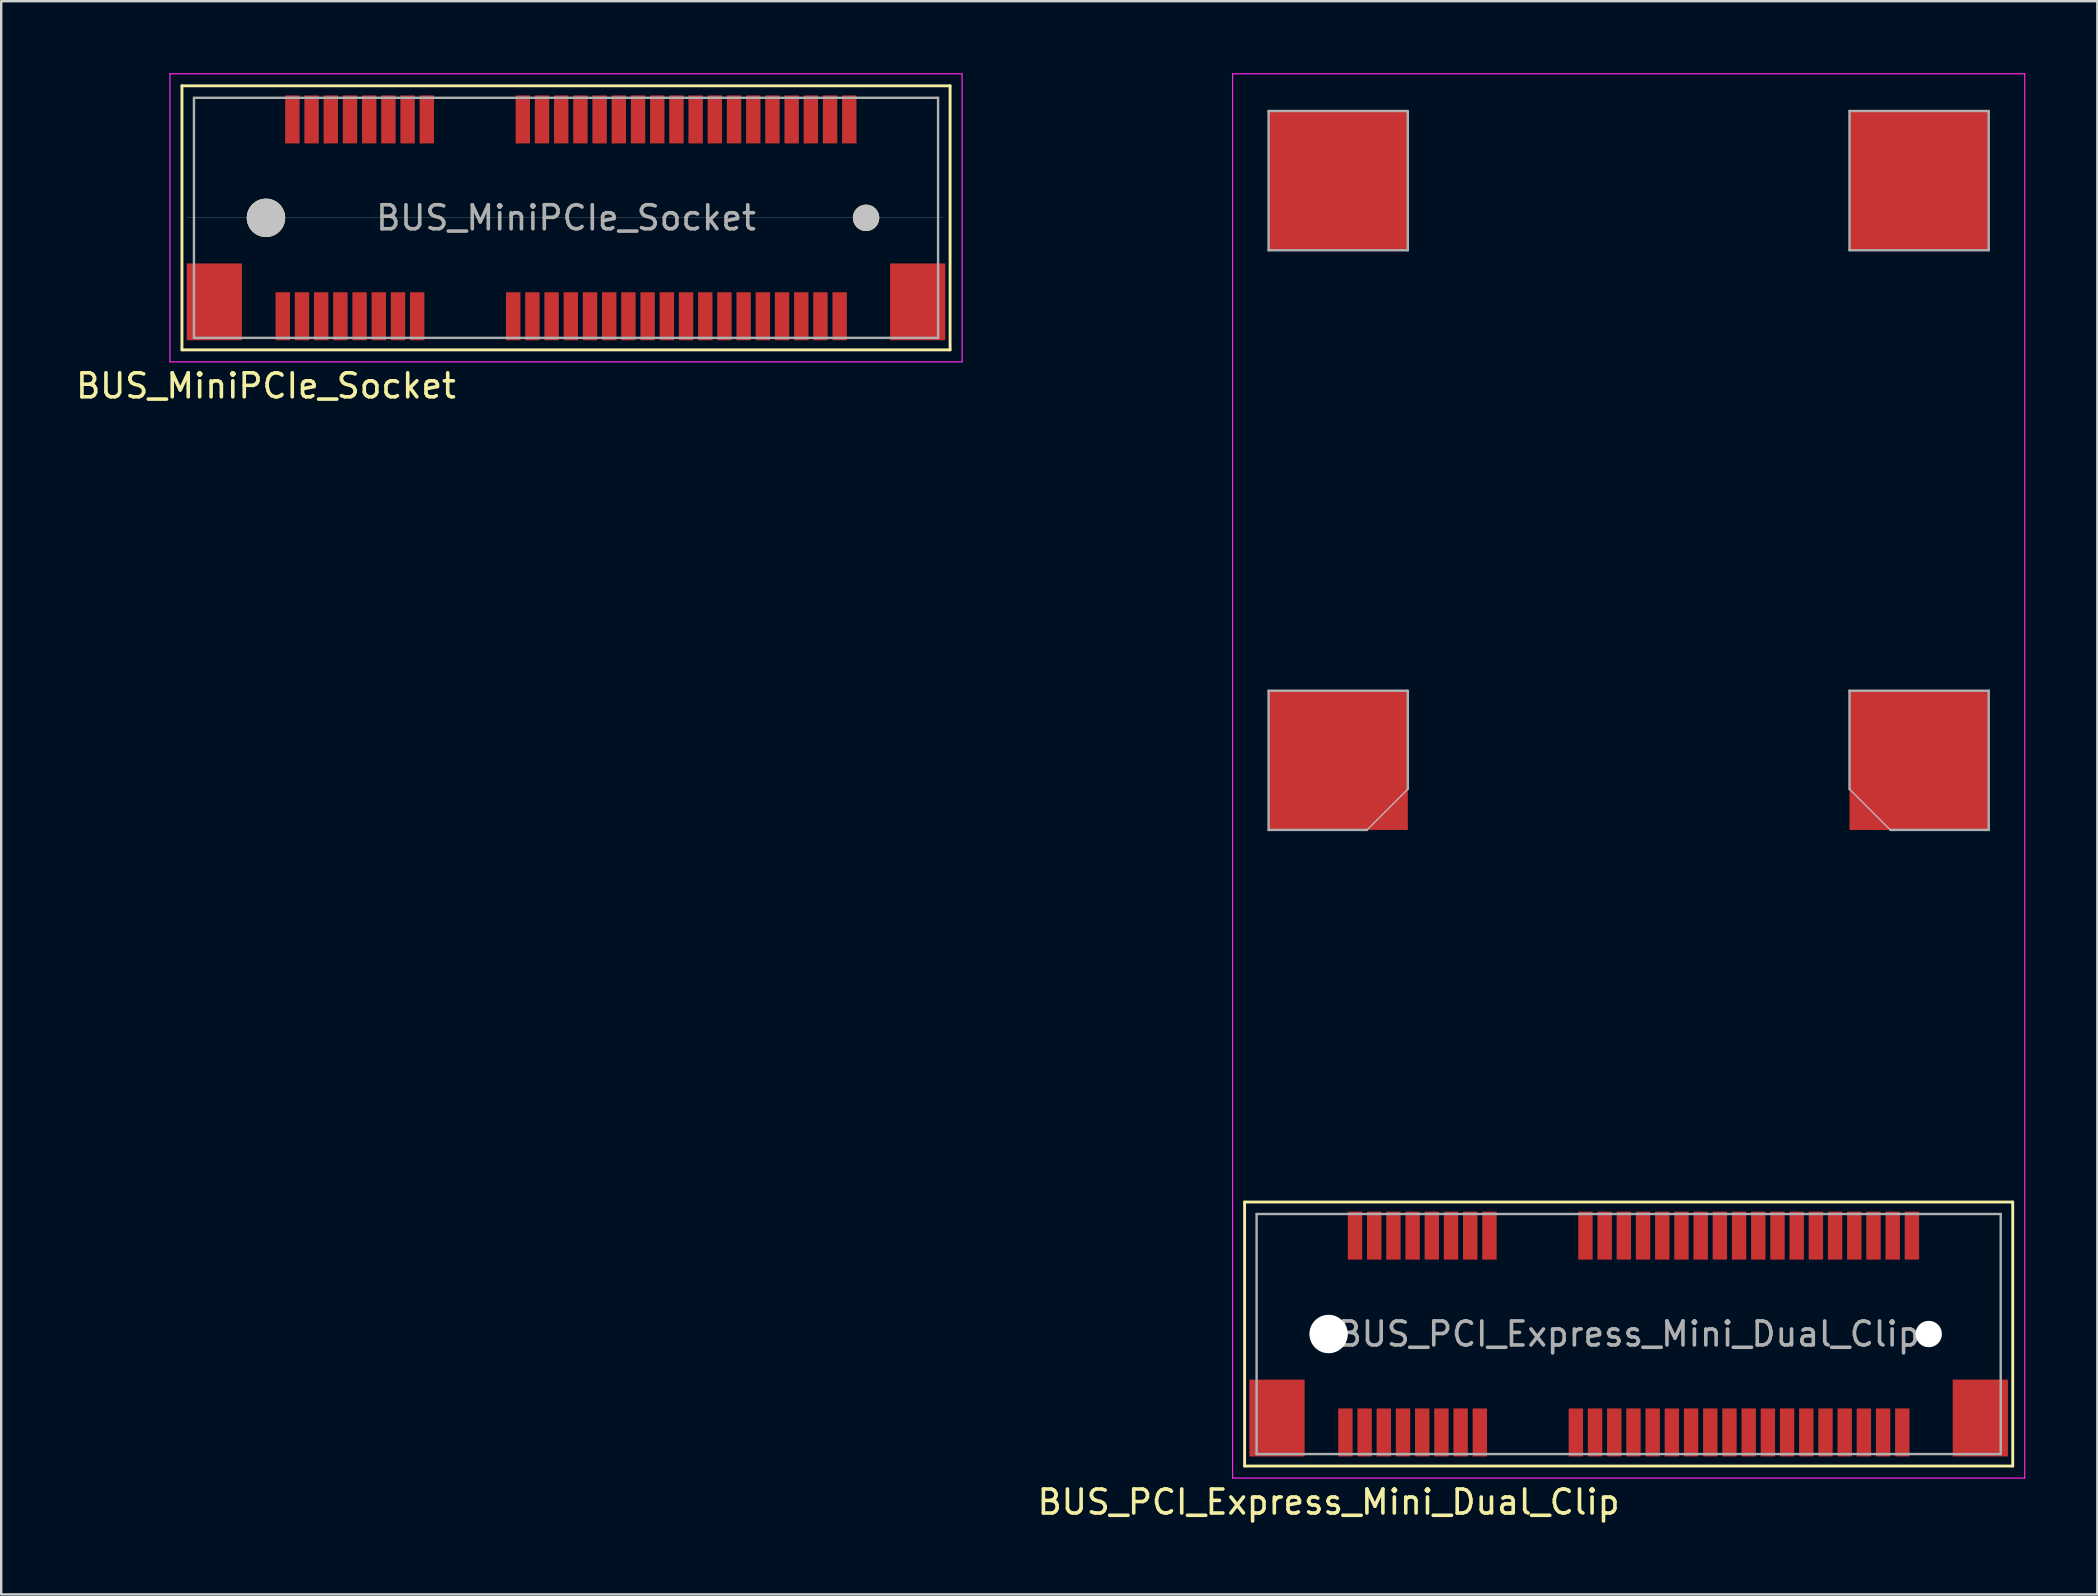
<source format=kicad_pcb>
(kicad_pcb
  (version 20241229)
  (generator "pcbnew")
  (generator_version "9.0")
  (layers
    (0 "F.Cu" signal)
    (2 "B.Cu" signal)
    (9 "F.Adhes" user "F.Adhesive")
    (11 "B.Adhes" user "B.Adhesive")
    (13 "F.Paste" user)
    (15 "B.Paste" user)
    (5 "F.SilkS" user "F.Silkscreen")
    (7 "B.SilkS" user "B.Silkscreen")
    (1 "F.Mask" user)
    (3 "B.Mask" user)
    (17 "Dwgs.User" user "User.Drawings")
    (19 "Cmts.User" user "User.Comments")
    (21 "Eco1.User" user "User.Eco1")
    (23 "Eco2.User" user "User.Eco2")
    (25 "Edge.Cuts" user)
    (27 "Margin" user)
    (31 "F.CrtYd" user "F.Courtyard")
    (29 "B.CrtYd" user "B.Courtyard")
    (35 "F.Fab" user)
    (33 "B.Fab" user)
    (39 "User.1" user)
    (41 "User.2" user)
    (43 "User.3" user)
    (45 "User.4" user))
  (footprint "BUS_PCI_Express_Mini_Dual_Clip"
    (layer "F.Cu")
    (at 64.799 52.525)
    (property "Reference" "BUS_PCI_Express_Mini_Dual_Clip" (at -12.5 7 180) (layer "F.SilkS") (effects (font (size 1 1) (thickness 0.15))))
    (attr smd)
    (fp_line (start -16 -5.5) (end -16 5.5) (stroke (width 0.12) (type solid)) (layer "F.SilkS"))
    (fp_line (start -16 5.5) (end 16 5.5) (stroke (width 0.12) (type solid)) (layer "F.SilkS"))
    (fp_line (start 16 -5.5) (end -16 -5.5) (stroke (width 0.12) (type solid)) (layer "F.SilkS"))
    (fp_line (start 16 5.5) (end 16 -5.5) (stroke (width 0.12) (type solid)) (layer "F.SilkS"))
    (fp_line (start -9.2 -22.7) (end -10.9 -21) (stroke (width 0.05) (type solid)) (layer "Dwgs.User"))
    (fp_line (start 9.2 -22.7) (end 10.9 -21) (stroke (width 0.05) (type solid)) (layer "Dwgs.User"))
    (fp_line (start -16.5 -52.5) (end 16.5 -52.5) (stroke (width 0.05) (type solid)) (layer "F.CrtYd"))
    (fp_line (start -16.5 6) (end -16.5 -52.5) (stroke (width 0.05) (type solid)) (layer "F.CrtYd"))
    (fp_line (start 16.5 -52.5) (end 16.5 6) (stroke (width 0.05) (type solid)) (layer "F.CrtYd"))
    (fp_line (start 16.5 6) (end -16.5 6) (stroke (width 0.05) (type solid)) (layer "F.CrtYd"))
    (fp_line (start -15.5 -5) (end -15.5 5) (stroke (width 0.1) (type solid)) (layer "F.Fab"))
    (fp_line (start -15.5 5) (end 15.5 5) (stroke (width 0.1) (type solid)) (layer "F.Fab"))
    (fp_line (start -15 -50.95) (end -15 -45.15) (stroke (width 0.1) (type solid)) (layer "F.Fab"))
    (fp_line (start -15 -50.95) (end -9.2 -50.95) (stroke (width 0.1) (type solid)) (layer "F.Fab"))
    (fp_line (start -15 -45.15) (end -9.2 -45.15) (stroke (width 0.1) (type solid)) (layer "F.Fab"))
    (fp_line (start -15 -26.8) (end -15 -21) (stroke (width 0.1) (type solid)) (layer "F.Fab"))
    (fp_line (start -15 -21) (end -10.9 -21) (stroke (width 0.1) (type solid)) (layer "F.Fab"))
    (fp_line (start -9.2 -50.95) (end -9.2 -45.15) (stroke (width 0.1) (type solid)) (layer "F.Fab"))
    (fp_line (start -9.2 -26.8) (end -15 -26.8) (stroke (width 0.1) (type solid)) (layer "F.Fab"))
    (fp_line (start -9.2 -22.7) (end -9.2 -26.8) (stroke (width 0.1) (type solid)) (layer "F.Fab"))
    (fp_line (start 9.2 -50.95) (end 9.2 -45.15) (stroke (width 0.1) (type solid)) (layer "F.Fab"))
    (fp_line (start 9.2 -50.95) (end 15 -50.95) (stroke (width 0.1) (type solid)) (layer "F.Fab"))
    (fp_line (start 9.2 -45.15) (end 15 -45.15) (stroke (width 0.1) (type solid)) (layer "F.Fab"))
    (fp_line (start 9.2 -26.8) (end 15 -26.8) (stroke (width 0.1) (type solid)) (layer "F.Fab"))
    (fp_line (start 9.2 -22.7) (end 9.2 -26.8) (stroke (width 0.1) (type solid)) (layer "F.Fab"))
    (fp_line (start 15 -50.95) (end 15 -45.15) (stroke (width 0.1) (type solid)) (layer "F.Fab"))
    (fp_line (start 15 -26.8) (end 15 -21) (stroke (width 0.1) (type solid)) (layer "F.Fab"))
    (fp_line (start 15 -21) (end 10.9 -21) (stroke (width 0.1) (type solid)) (layer "F.Fab"))
    (fp_line (start 15.5 -5) (end -15.5 -5) (stroke (width 0.1) (type solid)) (layer "F.Fab"))
    (fp_line (start 15.5 5) (end 15.5 -5) (stroke (width 0.1) (type solid)) (layer "F.Fab"))
    (fp_text user "${REFERENCE}" (at 0 0 0) (layer "F.Fab") (effects (font (size 1 1) (thickness 0.15))))
    (pad "" smd rect (at -14.65 3.5) (size 2.3 3.2) (layers "F.Cu" "F.Mask" "F.Paste"))
    (pad "" np_thru_hole circle (at -12.5 0) (size 1.6 1.6) (drill 1.6) (layers "*.Cu" "*.Mask"))
    (pad "" connect rect (at -12.1 -48.05) (size 5.8 5.8) (layers "F.Cu"))
    (pad "" connect rect (at -12.1 -23.9) (size 5.8 5.8) (layers "F.Cu"))
    (pad "" connect rect (at 12.1 -48.05) (size 5.8 5.8) (layers "F.Cu"))
    (pad "" connect rect (at 12.1 -23.9) (size 5.8 5.8) (layers "F.Cu"))
    (pad "" np_thru_hole circle (at 12.5 0) (size 1.1 1.1) (drill 1.1) (layers "*.Cu" "*.Mask"))
    (pad "" smd rect (at 14.65 3.5) (size 2.3 3.2) (layers "F.Cu" "F.Mask" "F.Paste"))
    (pad "1" smd rect (at -11.8 4.1) (size 0.6 2) (layers "F.Cu" "F.Mask" "F.Paste"))
    (pad "2" smd rect (at -11.4 -4.1) (size 0.6 2) (layers "F.Cu" "F.Mask" "F.Paste"))
    (pad "3" smd rect (at -11 4.1) (size 0.6 2) (layers "F.Cu" "F.Mask" "F.Paste"))
    (pad "4" smd rect (at -10.6 -4.1) (size 0.6 2) (layers "F.Cu" "F.Mask" "F.Paste"))
    (pad "5" smd rect (at -10.2 4.1) (size 0.6 2) (layers "F.Cu" "F.Mask" "F.Paste"))
    (pad "6" smd rect (at -9.8 -4.1) (size 0.6 2) (layers "F.Cu" "F.Mask" "F.Paste"))
    (pad "7" smd rect (at -9.4 4.1) (size 0.6 2) (layers "F.Cu" "F.Mask" "F.Paste"))
    (pad "8" smd rect (at -9 -4.1) (size 0.6 2) (layers "F.Cu" "F.Mask" "F.Paste"))
    (pad "9" smd rect (at -8.6 4.1) (size 0.6 2) (layers "F.Cu" "F.Mask" "F.Paste"))
    (pad "10" smd rect (at -8.2 -4.1) (size 0.6 2) (layers "F.Cu" "F.Mask" "F.Paste"))
    (pad "11" smd rect (at -7.8 4.1) (size 0.6 2) (layers "F.Cu" "F.Mask" "F.Paste"))
    (pad "12" smd rect (at -7.4 -4.1) (size 0.6 2) (layers "F.Cu" "F.Mask" "F.Paste"))
    (pad "13" smd rect (at -7 4.1) (size 0.6 2) (layers "F.Cu" "F.Mask" "F.Paste"))
    (pad "14" smd rect (at -6.6 -4.1) (size 0.6 2) (layers "F.Cu" "F.Mask" "F.Paste"))
    (pad "15" smd rect (at -6.2 4.1) (size 0.6 2) (layers "F.Cu" "F.Mask" "F.Paste"))
    (pad "16" smd rect (at -5.8 -4.1) (size 0.6 2) (layers "F.Cu" "F.Mask" "F.Paste"))
    (pad "17" smd rect (at -2.2 4.1) (size 0.6 2) (layers "F.Cu" "F.Mask" "F.Paste"))
    (pad "18" smd rect (at -1.8 -4.1) (size 0.6 2) (layers "F.Cu" "F.Mask" "F.Paste"))
    (pad "19" smd rect (at -1.4 4.1) (size 0.6 2) (layers "F.Cu" "F.Mask" "F.Paste"))
    (pad "20" smd rect (at -1 -4.1) (size 0.6 2) (layers "F.Cu" "F.Mask" "F.Paste"))
    (pad "21" smd rect (at -0.6 4.1) (size 0.6 2) (layers "F.Cu" "F.Mask" "F.Paste"))
    (pad "22" smd rect (at -0.2 -4.1) (size 0.6 2) (layers "F.Cu" "F.Mask" "F.Paste"))
    (pad "23" smd rect (at 0.2 4.1) (size 0.6 2) (layers "F.Cu" "F.Mask" "F.Paste"))
    (pad "24" smd rect (at 0.6 -4.1) (size 0.6 2) (layers "F.Cu" "F.Mask" "F.Paste"))
    (pad "25" smd rect (at 1 4.1) (size 0.6 2) (layers "F.Cu" "F.Mask" "F.Paste"))
    (pad "26" smd rect (at 1.4 -4.1) (size 0.6 2) (layers "F.Cu" "F.Mask" "F.Paste"))
    (pad "27" smd rect (at 1.8 4.1) (size 0.6 2) (layers "F.Cu" "F.Mask" "F.Paste"))
    (pad "28" smd rect (at 2.2 -4.1) (size 0.6 2) (layers "F.Cu" "F.Mask" "F.Paste"))
    (pad "29" smd rect (at 2.6 4.1) (size 0.6 2) (layers "F.Cu" "F.Mask" "F.Paste"))
    (pad "30" smd rect (at 3 -4.1) (size 0.6 2) (layers "F.Cu" "F.Mask" "F.Paste"))
    (pad "31" smd rect (at 3.4 4.1) (size 0.6 2) (layers "F.Cu" "F.Mask" "F.Paste"))
    (pad "32" smd rect (at 3.8 -4.1) (size 0.6 2) (layers "F.Cu" "F.Mask" "F.Paste"))
    (pad "33" smd rect (at 4.2 4.1) (size 0.6 2) (layers "F.Cu" "F.Mask" "F.Paste"))
    (pad "34" smd rect (at 4.6 -4.1) (size 0.6 2) (layers "F.Cu" "F.Mask" "F.Paste"))
    (pad "35" smd rect (at 5 4.1) (size 0.6 2) (layers "F.Cu" "F.Mask" "F.Paste"))
    (pad "36" smd rect (at 5.4 -4.1) (size 0.6 2) (layers "F.Cu" "F.Mask" "F.Paste"))
    (pad "37" smd rect (at 5.8 4.1) (size 0.6 2) (layers "F.Cu" "F.Mask" "F.Paste"))
    (pad "38" smd rect (at 6.2 -4.1) (size 0.6 2) (layers "F.Cu" "F.Mask" "F.Paste"))
    (pad "39" smd rect (at 6.6 4.1) (size 0.6 2) (layers "F.Cu" "F.Mask" "F.Paste"))
    (pad "40" smd rect (at 7 -4.1) (size 0.6 2) (layers "F.Cu" "F.Mask" "F.Paste"))
    (pad "41" smd rect (at 7.4 4.1) (size 0.6 2) (layers "F.Cu" "F.Mask" "F.Paste"))
    (pad "42" smd rect (at 7.8 -4.1) (size 0.6 2) (layers "F.Cu" "F.Mask" "F.Paste"))
    (pad "43" smd rect (at 8.2 4.1) (size 0.6 2) (layers "F.Cu" "F.Mask" "F.Paste"))
    (pad "44" smd rect (at 8.6 -4.1) (size 0.6 2) (layers "F.Cu" "F.Mask" "F.Paste"))
    (pad "45" smd rect (at 9 4.1) (size 0.6 2) (layers "F.Cu" "F.Mask" "F.Paste"))
    (pad "46" smd rect (at 9.4 -4.1) (size 0.6 2) (layers "F.Cu" "F.Mask" "F.Paste"))
    (pad "47" smd rect (at 9.8 4.1) (size 0.6 2) (layers "F.Cu" "F.Mask" "F.Paste"))
    (pad "48" smd rect (at 10.2 -4.1) (size 0.6 2) (layers "F.Cu" "F.Mask" "F.Paste"))
    (pad "49" smd rect (at 10.6 4.1) (size 0.6 2) (layers "F.Cu" "F.Mask" "F.Paste"))
    (pad "50" smd rect (at 11 -4.1) (size 0.6 2) (layers "F.Cu" "F.Mask" "F.Paste"))
    (pad "51" smd rect (at 11.4 4.1) (size 0.6 2) (layers "F.Cu" "F.Mask" "F.Paste"))
    (pad "52" smd rect (at 11.8 -4.1) (size 0.6 2) (layers "F.Cu" "F.Mask" "F.Paste")))
  (footprint "BUS_MiniPCIe_Socket"
    (layer "F.Cu")
    (at 20.53 6.025)
    (property "Reference" "BUS_MiniPCIe_Socket" (at -12.5 7 180) (layer "F.SilkS") (effects (font (size 1 1) (thickness 0.15))))
    (attr smd)
    (fp_line (start -16 -5.5) (end -16 5.5) (stroke (width 0.12) (type solid)) (layer "F.SilkS"))
    (fp_line (start -16 5.5) (end 16 5.5) (stroke (width 0.12) (type solid)) (layer "F.SilkS"))
    (fp_line (start 16 -5.5) (end -16 -5.5) (stroke (width 0.12) (type solid)) (layer "F.SilkS"))
    (fp_line (start 16 5.5) (end 16 -5.5) (stroke (width 0.12) (type solid)) (layer "F.SilkS"))
    (fp_line (start -15.8 0) (end 15.725 0) (stroke (width 0.01) (type solid)) (layer "Dwgs.User"))
    (fp_line (start -16.5 -6) (end 16.5 -6) (stroke (width 0.05) (type solid)) (layer "F.CrtYd"))
    (fp_line (start -16.5 6) (end -16.5 -6) (stroke (width 0.05) (type solid)) (layer "F.CrtYd"))
    (fp_line (start 16.5 -6) (end 16.5 6) (stroke (width 0.05) (type solid)) (layer "F.CrtYd"))
    (fp_line (start 16.5 6) (end -16.5 6) (stroke (width 0.05) (type solid)) (layer "F.CrtYd"))
    (fp_line (start -15.5 -5) (end -15.5 5) (stroke (width 0.1) (type solid)) (layer "F.Fab"))
    (fp_line (start -15.5 5) (end 15.5 5) (stroke (width 0.1) (type solid)) (layer "F.Fab"))
    (fp_line (start 15.5 -5) (end -15.5 -5) (stroke (width 0.1) (type solid)) (layer "F.Fab"))
    (fp_line (start 15.5 5) (end 15.5 -5) (stroke (width 0.1) (type solid)) (layer "F.Fab"))
    (fp_text user "${REFERENCE}" (at 0 0 0) (layer "F.Fab") (effects (font (size 1 1) (thickness 0.15))))
    (pad "" smd rect (at -14.65 3.5) (size 2.3 3.2) (layers "F.Cu" "F.Mask" "F.Paste"))
    (pad "" connect circle (at -12.5 0) (size 1.6 1.6) (layers "F.SilkS" "Dwgs.User"))
    (pad "" connect circle (at 12.5 0) (size 1.1 1.1) (layers "F.SilkS" "Dwgs.User"))
    (pad "" smd rect (at 14.65 3.5) (size 2.3 3.2) (layers "F.Cu" "F.Mask" "F.Paste"))
    (pad "1" smd rect (at -11.8 4.1) (size 0.6 2) (layers "F.Cu" "F.Mask" "F.Paste"))
    (pad "2" smd rect (at -11.4 -4.1) (size 0.6 2) (layers "F.Cu" "F.Mask" "F.Paste"))
    (pad "3" smd rect (at -11 4.1) (size 0.6 2) (layers "F.Cu" "F.Mask" "F.Paste"))
    (pad "4" smd rect (at -10.6 -4.1) (size 0.6 2) (layers "F.Cu" "F.Mask" "F.Paste"))
    (pad "5" smd rect (at -10.2 4.1) (size 0.6 2) (layers "F.Cu" "F.Mask" "F.Paste"))
    (pad "6" smd rect (at -9.8 -4.1) (size 0.6 2) (layers "F.Cu" "F.Mask" "F.Paste"))
    (pad "7" smd rect (at -9.4 4.1) (size 0.6 2) (layers "F.Cu" "F.Mask" "F.Paste"))
    (pad "8" smd rect (at -9 -4.1) (size 0.6 2) (layers "F.Cu" "F.Mask" "F.Paste"))
    (pad "9" smd rect (at -8.6 4.1) (size 0.6 2) (layers "F.Cu" "F.Mask" "F.Paste"))
    (pad "10" smd rect (at -8.2 -4.1) (size 0.6 2) (layers "F.Cu" "F.Mask" "F.Paste"))
    (pad "11" smd rect (at -7.8 4.1) (size 0.6 2) (layers "F.Cu" "F.Mask" "F.Paste"))
    (pad "12" smd rect (at -7.4 -4.1) (size 0.6 2) (layers "F.Cu" "F.Mask" "F.Paste"))
    (pad "13" smd rect (at -7 4.1) (size 0.6 2) (layers "F.Cu" "F.Mask" "F.Paste"))
    (pad "14" smd rect (at -6.6 -4.1) (size 0.6 2) (layers "F.Cu" "F.Mask" "F.Paste"))
    (pad "15" smd rect (at -6.2 4.1) (size 0.6 2) (layers "F.Cu" "F.Mask" "F.Paste"))
    (pad "16" smd rect (at -5.8 -4.1) (size 0.6 2) (layers "F.Cu" "F.Mask" "F.Paste"))
    (pad "17" smd rect (at -2.2 4.1) (size 0.6 2) (layers "F.Cu" "F.Mask" "F.Paste"))
    (pad "18" smd rect (at -1.8 -4.1) (size 0.6 2) (layers "F.Cu" "F.Mask" "F.Paste"))
    (pad "19" smd rect (at -1.4 4.1) (size 0.6 2) (layers "F.Cu" "F.Mask" "F.Paste"))
    (pad "20" smd rect (at -1 -4.1) (size 0.6 2) (layers "F.Cu" "F.Mask" "F.Paste"))
    (pad "21" smd rect (at -0.6 4.1) (size 0.6 2) (layers "F.Cu" "F.Mask" "F.Paste"))
    (pad "22" smd rect (at -0.2 -4.1) (size 0.6 2) (layers "F.Cu" "F.Mask" "F.Paste"))
    (pad "23" smd rect (at 0.2 4.1) (size 0.6 2) (layers "F.Cu" "F.Mask" "F.Paste"))
    (pad "24" smd rect (at 0.6 -4.1) (size 0.6 2) (layers "F.Cu" "F.Mask" "F.Paste"))
    (pad "25" smd rect (at 1 4.1) (size 0.6 2) (layers "F.Cu" "F.Mask" "F.Paste"))
    (pad "26" smd rect (at 1.4 -4.1) (size 0.6 2) (layers "F.Cu" "F.Mask" "F.Paste"))
    (pad "27" smd rect (at 1.8 4.1) (size 0.6 2) (layers "F.Cu" "F.Mask" "F.Paste"))
    (pad "28" smd rect (at 2.2 -4.1) (size 0.6 2) (layers "F.Cu" "F.Mask" "F.Paste"))
    (pad "29" smd rect (at 2.6 4.1) (size 0.6 2) (layers "F.Cu" "F.Mask" "F.Paste"))
    (pad "30" smd rect (at 3 -4.1) (size 0.6 2) (layers "F.Cu" "F.Mask" "F.Paste"))
    (pad "31" smd rect (at 3.4 4.1) (size 0.6 2) (layers "F.Cu" "F.Mask" "F.Paste"))
    (pad "32" smd rect (at 3.8 -4.1) (size 0.6 2) (layers "F.Cu" "F.Mask" "F.Paste"))
    (pad "33" smd rect (at 4.2 4.1) (size 0.6 2) (layers "F.Cu" "F.Mask" "F.Paste"))
    (pad "34" smd rect (at 4.6 -4.1) (size 0.6 2) (layers "F.Cu" "F.Mask" "F.Paste"))
    (pad "35" smd rect (at 5 4.1) (size 0.6 2) (layers "F.Cu" "F.Mask" "F.Paste"))
    (pad "36" smd rect (at 5.4 -4.1) (size 0.6 2) (layers "F.Cu" "F.Mask" "F.Paste"))
    (pad "37" smd rect (at 5.8 4.1) (size 0.6 2) (layers "F.Cu" "F.Mask" "F.Paste"))
    (pad "38" smd rect (at 6.2 -4.1) (size 0.6 2) (layers "F.Cu" "F.Mask" "F.Paste"))
    (pad "39" smd rect (at 6.6 4.1) (size 0.6 2) (layers "F.Cu" "F.Mask" "F.Paste"))
    (pad "40" smd rect (at 7 -4.1) (size 0.6 2) (layers "F.Cu" "F.Mask" "F.Paste"))
    (pad "41" smd rect (at 7.4 4.1) (size 0.6 2) (layers "F.Cu" "F.Mask" "F.Paste"))
    (pad "42" smd rect (at 7.8 -4.1) (size 0.6 2) (layers "F.Cu" "F.Mask" "F.Paste"))
    (pad "43" smd rect (at 8.2 4.1) (size 0.6 2) (layers "F.Cu" "F.Mask" "F.Paste"))
    (pad "44" smd rect (at 8.6 -4.1) (size 0.6 2) (layers "F.Cu" "F.Mask" "F.Paste"))
    (pad "45" smd rect (at 9 4.1) (size 0.6 2) (layers "F.Cu" "F.Mask" "F.Paste"))
    (pad "46" smd rect (at 9.4 -4.1) (size 0.6 2) (layers "F.Cu" "F.Mask" "F.Paste"))
    (pad "47" smd rect (at 9.8 4.1) (size 0.6 2) (layers "F.Cu" "F.Mask" "F.Paste"))
    (pad "48" smd rect (at 10.2 -4.1) (size 0.6 2) (layers "F.Cu" "F.Mask" "F.Paste"))
    (pad "49" smd rect (at 10.6 4.1) (size 0.6 2) (layers "F.Cu" "F.Mask" "F.Paste"))
    (pad "50" smd rect (at 11 -4.1) (size 0.6 2) (layers "F.Cu" "F.Mask" "F.Paste"))
    (pad "51" smd rect (at 11.4 4.1) (size 0.6 2) (layers "F.Cu" "F.Mask" "F.Paste"))
    (pad "52" smd rect (at 11.8 -4.1) (size 0.6 2) (layers "F.Cu" "F.Mask" "F.Paste")))
  (gr_rect
    (start -3 -3)
    (end 84.324 63.373)
    (stroke (width 0.1) (type default))
    (fill no)
    (layer "Edge.Cuts")))
</source>
